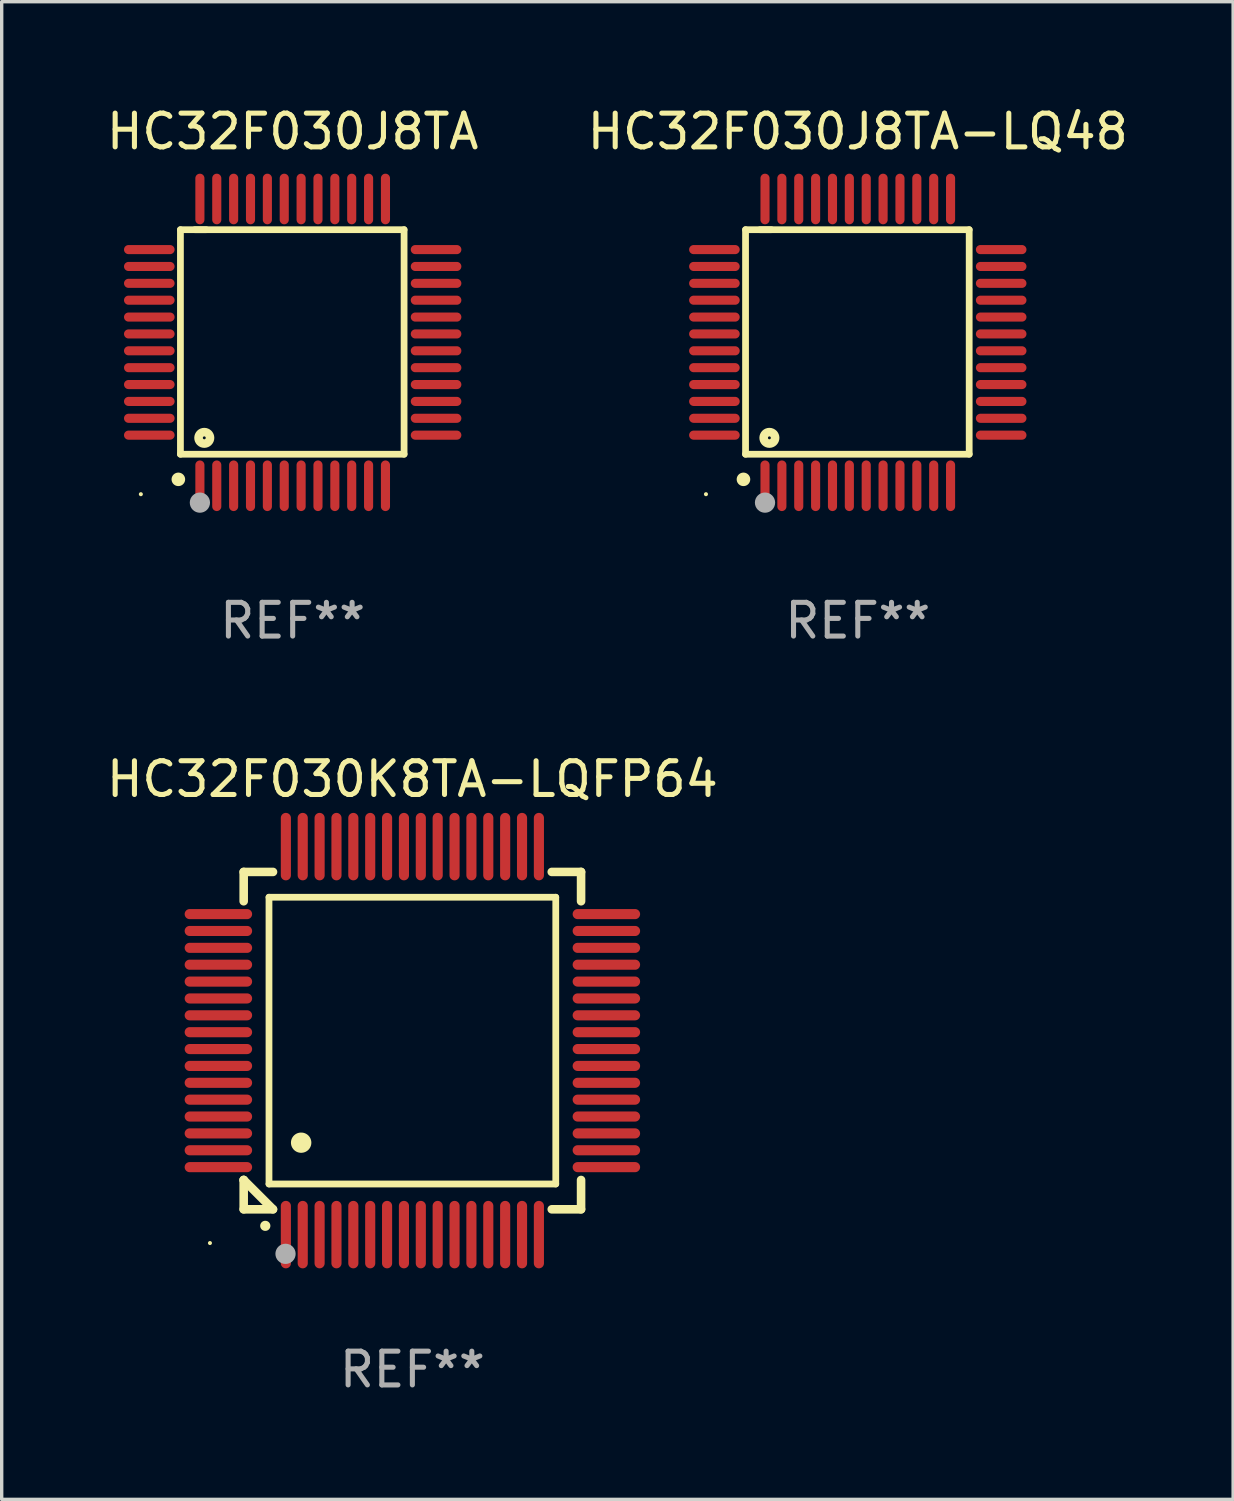
<source format=kicad_pcb>
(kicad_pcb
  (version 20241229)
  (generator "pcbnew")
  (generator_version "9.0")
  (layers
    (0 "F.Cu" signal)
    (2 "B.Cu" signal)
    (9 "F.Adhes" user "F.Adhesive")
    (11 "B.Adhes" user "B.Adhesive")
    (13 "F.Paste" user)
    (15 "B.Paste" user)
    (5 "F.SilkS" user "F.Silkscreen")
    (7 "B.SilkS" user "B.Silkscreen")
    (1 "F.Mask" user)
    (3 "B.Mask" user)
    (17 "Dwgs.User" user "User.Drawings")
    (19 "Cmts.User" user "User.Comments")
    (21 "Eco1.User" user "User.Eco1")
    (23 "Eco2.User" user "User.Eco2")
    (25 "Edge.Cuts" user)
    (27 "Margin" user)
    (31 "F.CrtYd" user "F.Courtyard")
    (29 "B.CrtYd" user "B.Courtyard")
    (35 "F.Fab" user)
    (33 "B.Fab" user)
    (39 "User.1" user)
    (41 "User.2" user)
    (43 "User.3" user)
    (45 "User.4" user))
  (footprint "HC32F030J8TA"
    (layer "F.Cu")
    (at 5.625 7.098)
    (property "Reference" "HC32F030J8TA" (at 0 -6.25 0) (layer "F.SilkS") (effects (font (size 1 1) (thickness 0.15))))
    (attr through_hole)
    (fp_line (start -3.327 -3.34) (end -2.565 -3.34) (stroke (width 0.2) (type solid)) (layer "F.SilkS"))
    (fp_line (start -3.327 3.315) (end -3.327 -3.34) (stroke (width 0.2) (type solid)) (layer "F.SilkS"))
    (fp_line (start -2.896 -3.34) (end 3.302 -3.34) (stroke (width 0.2) (type solid)) (layer "F.SilkS"))
    (fp_line (start 3.302 -3.34) (end 3.302 3.315) (stroke (width 0.2) (type solid)) (layer "F.SilkS"))
    (fp_line (start 3.302 3.315) (end -3.327 3.315) (stroke (width 0.2) (type solid)) (layer "F.SilkS"))
    (fp_arc (start -3.389992 4.059995) (mid -3.388722 4.059991) (end -3.387452 4.059995) (stroke (width 0.4) (type solid)) (layer "F.SilkS"))
    (fp_circle (center -4.5 4.5) (end -4.47 4.5) (stroke (width 0.06) (type solid)) (fill no) (layer "F.SilkS"))
    (fp_circle (center -2.62 2.83) (end -2.45 2.83) (stroke (width 0.254) (type solid)) (fill no) (layer "F.SilkS"))
    (fp_circle (center -2.75 4.75) (end -2.6 4.75) (stroke (width 0.3) (type solid)) (fill no) (layer "F.Fab"))
    (fp_text user "REF**" (at 0 8.25 0) (layer "F.Fab") (effects (font (size 1 1) (thickness 0.15))))
    (pad "1" smd oval (at -2.75 4.25) (size 0.27 1.5) (layers "F.Cu" "F.Mask" "F.Paste"))
    (pad "2" smd oval (at -2.25 4.25) (size 0.27 1.5) (layers "F.Cu" "F.Mask" "F.Paste"))
    (pad "3" smd oval (at -1.75 4.25) (size 0.27 1.5) (layers "F.Cu" "F.Mask" "F.Paste"))
    (pad "4" smd oval (at -1.25 4.25) (size 0.27 1.5) (layers "F.Cu" "F.Mask" "F.Paste"))
    (pad "5" smd oval (at -0.75 4.25) (size 0.27 1.5) (layers "F.Cu" "F.Mask" "F.Paste"))
    (pad "6" smd oval (at -0.25 4.25) (size 0.27 1.5) (layers "F.Cu" "F.Mask" "F.Paste"))
    (pad "7" smd oval (at 0.25 4.25) (size 0.27 1.5) (layers "F.Cu" "F.Mask" "F.Paste"))
    (pad "8" smd oval (at 0.75 4.25) (size 0.27 1.5) (layers "F.Cu" "F.Mask" "F.Paste"))
    (pad "9" smd oval (at 1.25 4.25) (size 0.27 1.5) (layers "F.Cu" "F.Mask" "F.Paste"))
    (pad "10" smd oval (at 1.75 4.25) (size 0.27 1.5) (layers "F.Cu" "F.Mask" "F.Paste"))
    (pad "11" smd oval (at 2.25 4.25) (size 0.27 1.5) (layers "F.Cu" "F.Mask" "F.Paste"))
    (pad "12" smd oval (at 2.75 4.25) (size 0.27 1.5) (layers "F.Cu" "F.Mask" "F.Paste"))
    (pad "13" smd oval (at 4.25 2.75) (size 1.5 0.27) (layers "F.Cu" "F.Mask" "F.Paste"))
    (pad "14" smd oval (at 4.25 2.25) (size 1.5 0.27) (layers "F.Cu" "F.Mask" "F.Paste"))
    (pad "15" smd oval (at 4.25 1.75) (size 1.5 0.27) (layers "F.Cu" "F.Mask" "F.Paste"))
    (pad "16" smd oval (at 4.25 1.25) (size 1.5 0.27) (layers "F.Cu" "F.Mask" "F.Paste"))
    (pad "17" smd oval (at 4.25 0.75) (size 1.5 0.27) (layers "F.Cu" "F.Mask" "F.Paste"))
    (pad "18" smd oval (at 4.25 0.25) (size 1.5 0.27) (layers "F.Cu" "F.Mask" "F.Paste"))
    (pad "19" smd oval (at 4.25 -0.25) (size 1.5 0.27) (layers "F.Cu" "F.Mask" "F.Paste"))
    (pad "20" smd oval (at 4.25 -0.75) (size 1.5 0.27) (layers "F.Cu" "F.Mask" "F.Paste"))
    (pad "21" smd oval (at 4.25 -1.25) (size 1.5 0.27) (layers "F.Cu" "F.Mask" "F.Paste"))
    (pad "22" smd oval (at 4.25 -1.75) (size 1.5 0.27) (layers "F.Cu" "F.Mask" "F.Paste"))
    (pad "23" smd oval (at 4.25 -2.25) (size 1.5 0.27) (layers "F.Cu" "F.Mask" "F.Paste"))
    (pad "24" smd oval (at 4.25 -2.75) (size 1.5 0.27) (layers "F.Cu" "F.Mask" "F.Paste"))
    (pad "25" smd oval (at 2.75 -4.25) (size 0.27 1.5) (layers "F.Cu" "F.Mask" "F.Paste"))
    (pad "26" smd oval (at 2.25 -4.25) (size 0.27 1.5) (layers "F.Cu" "F.Mask" "F.Paste"))
    (pad "27" smd oval (at 1.75 -4.25) (size 0.27 1.5) (layers "F.Cu" "F.Mask" "F.Paste"))
    (pad "28" smd oval (at 1.25 -4.25) (size 0.27 1.5) (layers "F.Cu" "F.Mask" "F.Paste"))
    (pad "29" smd oval (at 0.75 -4.25) (size 0.27 1.5) (layers "F.Cu" "F.Mask" "F.Paste"))
    (pad "30" smd oval (at 0.25 -4.25) (size 0.27 1.5) (layers "F.Cu" "F.Mask" "F.Paste"))
    (pad "31" smd oval (at -0.25 -4.25) (size 0.27 1.5) (layers "F.Cu" "F.Mask" "F.Paste"))
    (pad "32" smd oval (at -0.75 -4.25) (size 0.27 1.5) (layers "F.Cu" "F.Mask" "F.Paste"))
    (pad "33" smd oval (at -1.25 -4.25) (size 0.27 1.5) (layers "F.Cu" "F.Mask" "F.Paste"))
    (pad "34" smd oval (at -1.75 -4.25) (size 0.27 1.5) (layers "F.Cu" "F.Mask" "F.Paste"))
    (pad "35" smd oval (at -2.25 -4.25) (size 0.27 1.5) (layers "F.Cu" "F.Mask" "F.Paste"))
    (pad "36" smd oval (at -2.75 -4.25) (size 0.27 1.5) (layers "F.Cu" "F.Mask" "F.Paste"))
    (pad "37" smd oval (at -4.25 -2.75) (size 1.5 0.27) (layers "F.Cu" "F.Mask" "F.Paste"))
    (pad "38" smd oval (at -4.25 -2.25) (size 1.5 0.27) (layers "F.Cu" "F.Mask" "F.Paste"))
    (pad "39" smd oval (at -4.25 -1.75) (size 1.5 0.27) (layers "F.Cu" "F.Mask" "F.Paste"))
    (pad "40" smd oval (at -4.25 -1.25) (size 1.5 0.27) (layers "F.Cu" "F.Mask" "F.Paste"))
    (pad "41" smd oval (at -4.25 -0.75) (size 1.5 0.27) (layers "F.Cu" "F.Mask" "F.Paste"))
    (pad "42" smd oval (at -4.25 -0.25) (size 1.5 0.27) (layers "F.Cu" "F.Mask" "F.Paste"))
    (pad "43" smd oval (at -4.25 0.25) (size 1.5 0.27) (layers "F.Cu" "F.Mask" "F.Paste"))
    (pad "44" smd oval (at -4.25 0.75) (size 1.5 0.27) (layers "F.Cu" "F.Mask" "F.Paste"))
    (pad "45" smd oval (at -4.25 1.25) (size 1.5 0.27) (layers "F.Cu" "F.Mask" "F.Paste"))
    (pad "46" smd oval (at -4.25 1.75) (size 1.5 0.27) (layers "F.Cu" "F.Mask" "F.Paste"))
    (pad "47" smd oval (at -4.25 2.25) (size 1.5 0.27) (layers "F.Cu" "F.Mask" "F.Paste"))
    (pad "48" smd oval (at -4.25 2.75) (size 1.5 0.27) (layers "F.Cu" "F.Mask" "F.Paste")))
  (footprint "HC32F030J8TA-LQ48"
    (layer "F.Cu")
    (at 22.375 7.098)
    (property "Reference" "HC32F030J8TA-LQ48" (at 0 -6.25 0) (layer "F.SilkS") (effects (font (size 1 1) (thickness 0.15))))
    (attr through_hole)
    (fp_line (start -3.327 -3.34) (end -2.565 -3.34) (stroke (width 0.2) (type solid)) (layer "F.SilkS"))
    (fp_line (start -3.327 3.315) (end -3.327 -3.34) (stroke (width 0.2) (type solid)) (layer "F.SilkS"))
    (fp_line (start -2.896 -3.34) (end 3.302 -3.34) (stroke (width 0.2) (type solid)) (layer "F.SilkS"))
    (fp_line (start 3.302 -3.34) (end 3.302 3.315) (stroke (width 0.2) (type solid)) (layer "F.SilkS"))
    (fp_line (start 3.302 3.315) (end -3.327 3.315) (stroke (width 0.2) (type solid)) (layer "F.SilkS"))
    (fp_arc (start -3.389992 4.059995) (mid -3.388722 4.059991) (end -3.387452 4.059995) (stroke (width 0.4) (type solid)) (layer "F.SilkS"))
    (fp_circle (center -4.5 4.5) (end -4.47 4.5) (stroke (width 0.06) (type solid)) (fill no) (layer "F.SilkS"))
    (fp_circle (center -2.62 2.83) (end -2.45 2.83) (stroke (width 0.254) (type solid)) (fill no) (layer "F.SilkS"))
    (fp_circle (center -2.75 4.75) (end -2.6 4.75) (stroke (width 0.3) (type solid)) (fill no) (layer "F.Fab"))
    (fp_text user "REF**" (at 0 8.25 0) (layer "F.Fab") (effects (font (size 1 1) (thickness 0.15))))
    (pad "1" smd oval (at -2.75 4.25) (size 0.27 1.5) (layers "F.Cu" "F.Mask" "F.Paste"))
    (pad "2" smd oval (at -2.25 4.25) (size 0.27 1.5) (layers "F.Cu" "F.Mask" "F.Paste"))
    (pad "3" smd oval (at -1.75 4.25) (size 0.27 1.5) (layers "F.Cu" "F.Mask" "F.Paste"))
    (pad "4" smd oval (at -1.25 4.25) (size 0.27 1.5) (layers "F.Cu" "F.Mask" "F.Paste"))
    (pad "5" smd oval (at -0.75 4.25) (size 0.27 1.5) (layers "F.Cu" "F.Mask" "F.Paste"))
    (pad "6" smd oval (at -0.25 4.25) (size 0.27 1.5) (layers "F.Cu" "F.Mask" "F.Paste"))
    (pad "7" smd oval (at 0.25 4.25) (size 0.27 1.5) (layers "F.Cu" "F.Mask" "F.Paste"))
    (pad "8" smd oval (at 0.75 4.25) (size 0.27 1.5) (layers "F.Cu" "F.Mask" "F.Paste"))
    (pad "9" smd oval (at 1.25 4.25) (size 0.27 1.5) (layers "F.Cu" "F.Mask" "F.Paste"))
    (pad "10" smd oval (at 1.75 4.25) (size 0.27 1.5) (layers "F.Cu" "F.Mask" "F.Paste"))
    (pad "11" smd oval (at 2.25 4.25) (size 0.27 1.5) (layers "F.Cu" "F.Mask" "F.Paste"))
    (pad "12" smd oval (at 2.75 4.25) (size 0.27 1.5) (layers "F.Cu" "F.Mask" "F.Paste"))
    (pad "13" smd oval (at 4.25 2.75) (size 1.5 0.27) (layers "F.Cu" "F.Mask" "F.Paste"))
    (pad "14" smd oval (at 4.25 2.25) (size 1.5 0.27) (layers "F.Cu" "F.Mask" "F.Paste"))
    (pad "15" smd oval (at 4.25 1.75) (size 1.5 0.27) (layers "F.Cu" "F.Mask" "F.Paste"))
    (pad "16" smd oval (at 4.25 1.25) (size 1.5 0.27) (layers "F.Cu" "F.Mask" "F.Paste"))
    (pad "17" smd oval (at 4.25 0.75) (size 1.5 0.27) (layers "F.Cu" "F.Mask" "F.Paste"))
    (pad "18" smd oval (at 4.25 0.25) (size 1.5 0.27) (layers "F.Cu" "F.Mask" "F.Paste"))
    (pad "19" smd oval (at 4.25 -0.25) (size 1.5 0.27) (layers "F.Cu" "F.Mask" "F.Paste"))
    (pad "20" smd oval (at 4.25 -0.75) (size 1.5 0.27) (layers "F.Cu" "F.Mask" "F.Paste"))
    (pad "21" smd oval (at 4.25 -1.25) (size 1.5 0.27) (layers "F.Cu" "F.Mask" "F.Paste"))
    (pad "22" smd oval (at 4.25 -1.75) (size 1.5 0.27) (layers "F.Cu" "F.Mask" "F.Paste"))
    (pad "23" smd oval (at 4.25 -2.25) (size 1.5 0.27) (layers "F.Cu" "F.Mask" "F.Paste"))
    (pad "24" smd oval (at 4.25 -2.75) (size 1.5 0.27) (layers "F.Cu" "F.Mask" "F.Paste"))
    (pad "25" smd oval (at 2.75 -4.25) (size 0.27 1.5) (layers "F.Cu" "F.Mask" "F.Paste"))
    (pad "26" smd oval (at 2.25 -4.25) (size 0.27 1.5) (layers "F.Cu" "F.Mask" "F.Paste"))
    (pad "27" smd oval (at 1.75 -4.25) (size 0.27 1.5) (layers "F.Cu" "F.Mask" "F.Paste"))
    (pad "28" smd oval (at 1.25 -4.25) (size 0.27 1.5) (layers "F.Cu" "F.Mask" "F.Paste"))
    (pad "29" smd oval (at 0.75 -4.25) (size 0.27 1.5) (layers "F.Cu" "F.Mask" "F.Paste"))
    (pad "30" smd oval (at 0.25 -4.25) (size 0.27 1.5) (layers "F.Cu" "F.Mask" "F.Paste"))
    (pad "31" smd oval (at -0.25 -4.25) (size 0.27 1.5) (layers "F.Cu" "F.Mask" "F.Paste"))
    (pad "32" smd oval (at -0.75 -4.25) (size 0.27 1.5) (layers "F.Cu" "F.Mask" "F.Paste"))
    (pad "33" smd oval (at -1.25 -4.25) (size 0.27 1.5) (layers "F.Cu" "F.Mask" "F.Paste"))
    (pad "34" smd oval (at -1.75 -4.25) (size 0.27 1.5) (layers "F.Cu" "F.Mask" "F.Paste"))
    (pad "35" smd oval (at -2.25 -4.25) (size 0.27 1.5) (layers "F.Cu" "F.Mask" "F.Paste"))
    (pad "36" smd oval (at -2.75 -4.25) (size 0.27 1.5) (layers "F.Cu" "F.Mask" "F.Paste"))
    (pad "37" smd oval (at -4.25 -2.75) (size 1.5 0.27) (layers "F.Cu" "F.Mask" "F.Paste"))
    (pad "38" smd oval (at -4.25 -2.25) (size 1.5 0.27) (layers "F.Cu" "F.Mask" "F.Paste"))
    (pad "39" smd oval (at -4.25 -1.75) (size 1.5 0.27) (layers "F.Cu" "F.Mask" "F.Paste"))
    (pad "40" smd oval (at -4.25 -1.25) (size 1.5 0.27) (layers "F.Cu" "F.Mask" "F.Paste"))
    (pad "41" smd oval (at -4.25 -0.75) (size 1.5 0.27) (layers "F.Cu" "F.Mask" "F.Paste"))
    (pad "42" smd oval (at -4.25 -0.25) (size 1.5 0.27) (layers "F.Cu" "F.Mask" "F.Paste"))
    (pad "43" smd oval (at -4.25 0.25) (size 1.5 0.27) (layers "F.Cu" "F.Mask" "F.Paste"))
    (pad "44" smd oval (at -4.25 0.75) (size 1.5 0.27) (layers "F.Cu" "F.Mask" "F.Paste"))
    (pad "45" smd oval (at -4.25 1.25) (size 1.5 0.27) (layers "F.Cu" "F.Mask" "F.Paste"))
    (pad "46" smd oval (at -4.25 1.75) (size 1.5 0.27) (layers "F.Cu" "F.Mask" "F.Paste"))
    (pad "47" smd oval (at -4.25 2.25) (size 1.5 0.27) (layers "F.Cu" "F.Mask" "F.Paste"))
    (pad "48" smd oval (at -4.25 2.75) (size 1.5 0.27) (layers "F.Cu" "F.Mask" "F.Paste")))
  (footprint "HC32F030K8TA-LQFP64"
    (layer "F.Cu")
    (at 9.173 27.794)
    (property "Reference" "HC32F030K8TA-LQFP64" (at 0 -7.75 0) (layer "F.SilkS") (effects (font (size 1 1) (thickness 0.15))))
    (attr through_hole)
    (fp_line (start -5 -5) (end -4.131 -5) (stroke (width 0.254) (type solid)) (layer "F.SilkS"))
    (fp_line (start -5 -4.131) (end -5 -5) (stroke (width 0.254) (type solid)) (layer "F.SilkS"))
    (fp_line (start -5 4.131) (end -5 4.131) (stroke (width 0.254) (type solid)) (layer "F.SilkS"))
    (fp_line (start -5 5) (end -5 4.131) (stroke (width 0.254) (type solid)) (layer "F.SilkS"))
    (fp_line (start -5 4.131) (end -4.131 5) (stroke (width 0.254) (type solid)) (layer "F.SilkS"))
    (fp_line (start -4.25 -4.25) (end -4.25 4.25) (stroke (width 0.2) (type solid)) (layer "F.SilkS"))
    (fp_line (start -4.25 4.25) (end 4.25 4.25) (stroke (width 0.2) (type solid)) (layer "F.SilkS"))
    (fp_line (start -4.131 5) (end -5 5) (stroke (width 0.254) (type solid)) (layer "F.SilkS"))
    (fp_line (start 4.25 -4.25) (end -4.25 -4.25) (stroke (width 0.2) (type solid)) (layer "F.SilkS"))
    (fp_line (start 4.25 4.25) (end 4.25 -4.25) (stroke (width 0.2) (type solid)) (layer "F.SilkS"))
    (fp_line (start 5 -5) (end 4.131 -5) (stroke (width 0.254) (type solid)) (layer "F.SilkS"))
    (fp_line (start 5 -5) (end 5 -4.131) (stroke (width 0.254) (type solid)) (layer "F.SilkS"))
    (fp_line (start 5 4.131) (end 5 5) (stroke (width 0.254) (type solid)) (layer "F.SilkS"))
    (fp_line (start 5 5) (end 4.131 5) (stroke (width 0.254) (type solid)) (layer "F.SilkS"))
    (fp_arc (start -4.361265 5.489992) (mid -4.359995 5.489987) (end -4.358725 5.489992) (stroke (width 0.3) (type solid)) (layer "F.SilkS"))
    (fp_arc (start -3.299467 3.025146) (mid -3.296927 3.025135) (end -3.294387 3.025146) (stroke (width 0.6) (type solid)) (layer "F.SilkS"))
    (fp_circle (center -6 6) (end -5.97 6) (stroke (width 0.06) (type solid)) (fill no) (layer "F.SilkS"))
    (fp_circle (center -3.76 6.32) (end -3.61 6.32) (stroke (width 0.3) (type solid)) (fill no) (layer "F.Fab"))
    (fp_text user "REF**" (at 0 9.75 0) (layer "F.Fab") (effects (font (size 1 1) (thickness 0.15))))
    (pad "1" smd oval (at -3.75 5.75) (size 0.3 2) (layers "F.Cu" "F.Mask" "F.Paste"))
    (pad "2" smd oval (at -3.25 5.75) (size 0.3 2) (layers "F.Cu" "F.Mask" "F.Paste"))
    (pad "3" smd oval (at -2.75 5.75) (size 0.3 2) (layers "F.Cu" "F.Mask" "F.Paste"))
    (pad "4" smd oval (at -2.25 5.75) (size 0.3 2) (layers "F.Cu" "F.Mask" "F.Paste"))
    (pad "5" smd oval (at -1.75 5.75) (size 0.3 2) (layers "F.Cu" "F.Mask" "F.Paste"))
    (pad "6" smd oval (at -1.25 5.75) (size 0.3 2) (layers "F.Cu" "F.Mask" "F.Paste"))
    (pad "7" smd oval (at -0.75 5.75) (size 0.3 2) (layers "F.Cu" "F.Mask" "F.Paste"))
    (pad "8" smd oval (at -0.25 5.75) (size 0.3 2) (layers "F.Cu" "F.Mask" "F.Paste"))
    (pad "9" smd oval (at 0.25 5.75) (size 0.3 2) (layers "F.Cu" "F.Mask" "F.Paste"))
    (pad "10" smd oval (at 0.75 5.75) (size 0.3 2) (layers "F.Cu" "F.Mask" "F.Paste"))
    (pad "11" smd oval (at 1.25 5.75) (size 0.3 2) (layers "F.Cu" "F.Mask" "F.Paste"))
    (pad "12" smd oval (at 1.75 5.75) (size 0.3 2) (layers "F.Cu" "F.Mask" "F.Paste"))
    (pad "13" smd oval (at 2.25 5.75) (size 0.3 2) (layers "F.Cu" "F.Mask" "F.Paste"))
    (pad "14" smd oval (at 2.75 5.75) (size 0.3 2) (layers "F.Cu" "F.Mask" "F.Paste"))
    (pad "15" smd oval (at 3.25 5.75) (size 0.3 2) (layers "F.Cu" "F.Mask" "F.Paste"))
    (pad "16" smd oval (at 3.75 5.75) (size 0.3 2) (layers "F.Cu" "F.Mask" "F.Paste"))
    (pad "17" smd oval (at 5.75 3.75) (size 2 0.3) (layers "F.Cu" "F.Mask" "F.Paste"))
    (pad "18" smd oval (at 5.75 3.25) (size 2 0.3) (layers "F.Cu" "F.Mask" "F.Paste"))
    (pad "19" smd oval (at 5.75 2.75) (size 2 0.3) (layers "F.Cu" "F.Mask" "F.Paste"))
    (pad "20" smd oval (at 5.75 2.25) (size 2 0.3) (layers "F.Cu" "F.Mask" "F.Paste"))
    (pad "21" smd oval (at 5.75 1.75) (size 2 0.3) (layers "F.Cu" "F.Mask" "F.Paste"))
    (pad "22" smd oval (at 5.75 1.25) (size 2 0.3) (layers "F.Cu" "F.Mask" "F.Paste"))
    (pad "23" smd oval (at 5.75 0.75) (size 2 0.3) (layers "F.Cu" "F.Mask" "F.Paste"))
    (pad "24" smd oval (at 5.75 0.25) (size 2 0.3) (layers "F.Cu" "F.Mask" "F.Paste"))
    (pad "25" smd oval (at 5.75 -0.25) (size 2 0.3) (layers "F.Cu" "F.Mask" "F.Paste"))
    (pad "26" smd oval (at 5.75 -0.75) (size 2 0.3) (layers "F.Cu" "F.Mask" "F.Paste"))
    (pad "27" smd oval (at 5.75 -1.25) (size 2 0.3) (layers "F.Cu" "F.Mask" "F.Paste"))
    (pad "28" smd oval (at 5.75 -1.75) (size 2 0.3) (layers "F.Cu" "F.Mask" "F.Paste"))
    (pad "29" smd oval (at 5.75 -2.25) (size 2 0.3) (layers "F.Cu" "F.Mask" "F.Paste"))
    (pad "30" smd oval (at 5.75 -2.75) (size 2 0.3) (layers "F.Cu" "F.Mask" "F.Paste"))
    (pad "31" smd oval (at 5.75 -3.25) (size 2 0.3) (layers "F.Cu" "F.Mask" "F.Paste"))
    (pad "32" smd oval (at 5.75 -3.75) (size 2 0.3) (layers "F.Cu" "F.Mask" "F.Paste"))
    (pad "33" smd oval (at 3.75 -5.75) (size 0.3 2) (layers "F.Cu" "F.Mask" "F.Paste"))
    (pad "34" smd oval (at 3.25 -5.75) (size 0.3 2) (layers "F.Cu" "F.Mask" "F.Paste"))
    (pad "35" smd oval (at 2.75 -5.75) (size 0.3 2) (layers "F.Cu" "F.Mask" "F.Paste"))
    (pad "36" smd oval (at 2.25 -5.75) (size 0.3 2) (layers "F.Cu" "F.Mask" "F.Paste"))
    (pad "37" smd oval (at 1.75 -5.75) (size 0.3 2) (layers "F.Cu" "F.Mask" "F.Paste"))
    (pad "38" smd oval (at 1.25 -5.75) (size 0.3 2) (layers "F.Cu" "F.Mask" "F.Paste"))
    (pad "39" smd oval (at 0.75 -5.75) (size 0.3 2) (layers "F.Cu" "F.Mask" "F.Paste"))
    (pad "40" smd oval (at 0.25 -5.75) (size 0.3 2) (layers "F.Cu" "F.Mask" "F.Paste"))
    (pad "41" smd oval (at -0.25 -5.75) (size 0.3 2) (layers "F.Cu" "F.Mask" "F.Paste"))
    (pad "42" smd oval (at -0.75 -5.75) (size 0.3 2) (layers "F.Cu" "F.Mask" "F.Paste"))
    (pad "43" smd oval (at -1.25 -5.75) (size 0.3 2) (layers "F.Cu" "F.Mask" "F.Paste"))
    (pad "44" smd oval (at -1.75 -5.75) (size 0.3 2) (layers "F.Cu" "F.Mask" "F.Paste"))
    (pad "45" smd oval (at -2.25 -5.75) (size 0.3 2) (layers "F.Cu" "F.Mask" "F.Paste"))
    (pad "46" smd oval (at -2.75 -5.75) (size 0.3 2) (layers "F.Cu" "F.Mask" "F.Paste"))
    (pad "47" smd oval (at -3.25 -5.75) (size 0.3 2) (layers "F.Cu" "F.Mask" "F.Paste"))
    (pad "48" smd oval (at -3.75 -5.75) (size 0.3 2) (layers "F.Cu" "F.Mask" "F.Paste"))
    (pad "49" smd oval (at -5.75 -3.75) (size 2 0.3) (layers "F.Cu" "F.Mask" "F.Paste"))
    (pad "50" smd oval (at -5.75 -3.25) (size 2 0.3) (layers "F.Cu" "F.Mask" "F.Paste"))
    (pad "51" smd oval (at -5.75 -2.75) (size 2 0.3) (layers "F.Cu" "F.Mask" "F.Paste"))
    (pad "52" smd oval (at -5.75 -2.25) (size 2 0.3) (layers "F.Cu" "F.Mask" "F.Paste"))
    (pad "53" smd oval (at -5.75 -1.75) (size 2 0.3) (layers "F.Cu" "F.Mask" "F.Paste"))
    (pad "54" smd oval (at -5.75 -1.25) (size 2 0.3) (layers "F.Cu" "F.Mask" "F.Paste"))
    (pad "55" smd oval (at -5.75 -0.75) (size 2 0.3) (layers "F.Cu" "F.Mask" "F.Paste"))
    (pad "56" smd oval (at -5.75 -0.25) (size 2 0.3) (layers "F.Cu" "F.Mask" "F.Paste"))
    (pad "57" smd oval (at -5.75 0.25) (size 2 0.3) (layers "F.Cu" "F.Mask" "F.Paste"))
    (pad "58" smd oval (at -5.75 0.75) (size 2 0.3) (layers "F.Cu" "F.Mask" "F.Paste"))
    (pad "59" smd oval (at -5.75 1.25) (size 2 0.3) (layers "F.Cu" "F.Mask" "F.Paste"))
    (pad "60" smd oval (at -5.75 1.75) (size 2 0.3) (layers "F.Cu" "F.Mask" "F.Paste"))
    (pad "61" smd oval (at -5.75 2.25) (size 2 0.3) (layers "F.Cu" "F.Mask" "F.Paste"))
    (pad "62" smd oval (at -5.75 2.75) (size 2 0.3) (layers "F.Cu" "F.Mask" "F.Paste"))
    (pad "63" smd oval (at -5.75 3.25) (size 2 0.3) (layers "F.Cu" "F.Mask" "F.Paste"))
    (pad "64" smd oval (at -5.75 3.75) (size 2 0.3) (layers "F.Cu" "F.Mask" "F.Paste")))
  (gr_rect
    (start -3 -3)
    (end 33.5 41.392)
    (stroke (width 0.1) (type default))
    (fill no)
    (layer "Edge.Cuts")))
</source>
